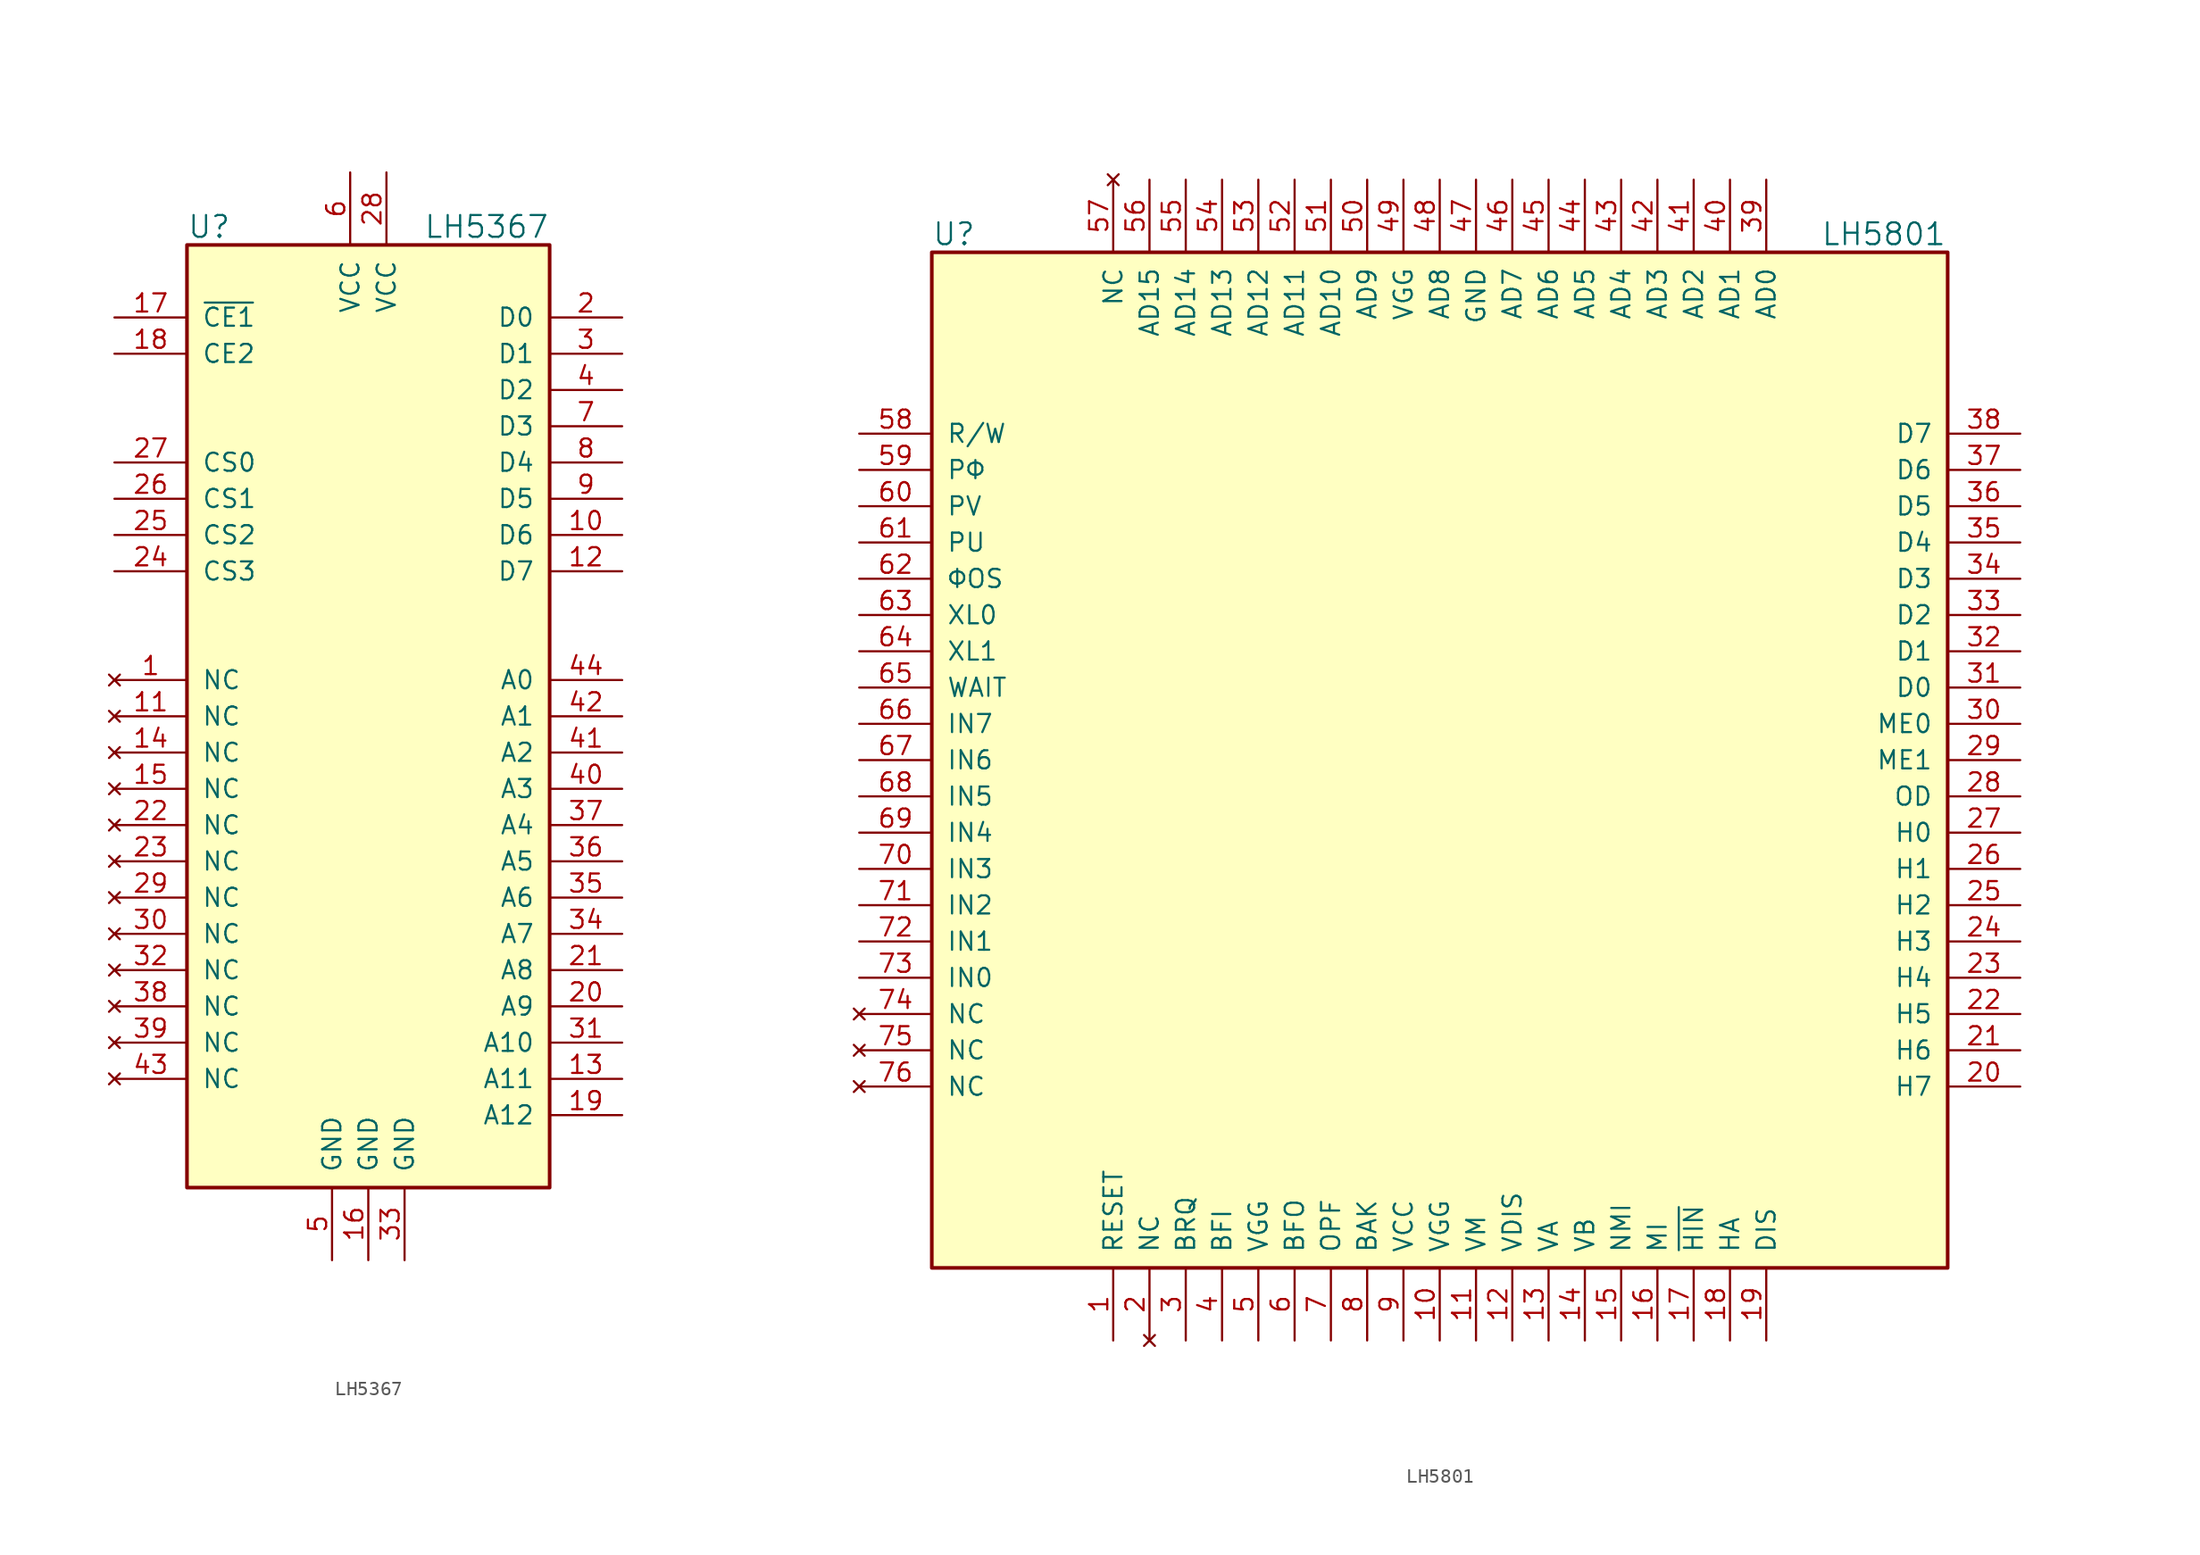
<source format=kicad_sym>
(kicad_symbol_lib
  (version 20211014)
  (generator kicad_symbol_editor)
  (symbol "LH5367"
    (pin_names
      (offset 1.016))
    (property "Reference" "U"
      (at -12.7 36.83 0)
      (effects (font (size 1.524 1.524)) (justify left)))
    (property "Value" "LH5367"
      (at 12.7 36.83 0)
      (effects (font (size 1.524 1.524)) (justify right)))
    (property "Footprint" ""
      (at -17.78 30.48 0)
      (effects (font (size 1.524 1.524))))
    (property "Datasheet" ""
      (at -17.78 30.48 0)
      (effects (font (size 1.524 1.524))))
    (symbol "LH5367_1_1"
      (rectangle (start -12.7 35.56) (end 12.7 -30.48) (stroke (width 0.254) (type default) (color 0 0 0 0)) (fill (type background)))
      (pin no_connect line (at -17.78 5.08 0) (length 5.08) (name "NC" (effects (font (size 1.27 1.27)))) (number "1" (effects (font (size 1.27 1.27)))))
      (pin output line (at 17.78 15.24 180) (length 5.08) (name "D6" (effects (font (size 1.27 1.27)))) (number "10" (effects (font (size 1.27 1.27)))))
      (pin no_connect line (at -17.78 2.54 0) (length 5.08) (name "NC" (effects (font (size 1.27 1.27)))) (number "11" (effects (font (size 1.27 1.27)))))
      (pin output line (at 17.78 12.7 180) (length 5.08) (name "D7" (effects (font (size 1.27 1.27)))) (number "12" (effects (font (size 1.27 1.27)))))
      (pin input line (at 17.78 -22.86 180) (length 5.08) (name "A11" (effects (font (size 1.27 1.27)))) (number "13" (effects (font (size 1.27 1.27)))))
      (pin no_connect line (at -17.78 0 0) (length 5.08) (name "NC" (effects (font (size 1.27 1.27)))) (number "14" (effects (font (size 1.27 1.27)))))
      (pin no_connect line (at -17.78 -2.54 0) (length 5.08) (name "NC" (effects (font (size 1.27 1.27)))) (number "15" (effects (font (size 1.27 1.27)))))
      (pin power_in line (at 0 -35.56 90) (length 5.08) (name "GND" (effects (font (size 1.27 1.27)))) (number "16" (effects (font (size 1.27 1.27)))))
      (pin input line (at -17.78 30.48 0) (length 5.08) (name "~{CE1}" (effects (font (size 1.27 1.27)))) (number "17" (effects (font (size 1.27 1.27)))))
      (pin input line (at -17.78 27.94 0) (length 5.08) (name "CE2" (effects (font (size 1.27 1.27)))) (number "18" (effects (font (size 1.27 1.27)))))
      (pin input line (at 17.78 -25.4 180) (length 5.08) (name "A12" (effects (font (size 1.27 1.27)))) (number "19" (effects (font (size 1.27 1.27)))))
      (pin output line (at 17.78 30.48 180) (length 5.08) (name "D0" (effects (font (size 1.27 1.27)))) (number "2" (effects (font (size 1.27 1.27)))))
      (pin input line (at 17.78 -17.78 180) (length 5.08) (name "A9" (effects (font (size 1.27 1.27)))) (number "20" (effects (font (size 1.27 1.27)))))
      (pin input line (at 17.78 -15.24 180) (length 5.08) (name "A8" (effects (font (size 1.27 1.27)))) (number "21" (effects (font (size 1.27 1.27)))))
      (pin no_connect line (at -17.78 -5.08 0) (length 5.08) (name "NC" (effects (font (size 1.27 1.27)))) (number "22" (effects (font (size 1.27 1.27)))))
      (pin no_connect line (at -17.78 -7.62 0) (length 5.08) (name "NC" (effects (font (size 1.27 1.27)))) (number "23" (effects (font (size 1.27 1.27)))))
      (pin input line (at -17.78 12.7 0) (length 5.08) (name "CS3" (effects (font (size 1.27 1.27)))) (number "24" (effects (font (size 1.27 1.27)))))
      (pin input line (at -17.78 15.24 0) (length 5.08) (name "CS2" (effects (font (size 1.27 1.27)))) (number "25" (effects (font (size 1.27 1.27)))))
      (pin input line (at -17.78 17.78 0) (length 5.08) (name "CS1" (effects (font (size 1.27 1.27)))) (number "26" (effects (font (size 1.27 1.27)))))
      (pin input line (at -17.78 20.32 0) (length 5.08) (name "CS0" (effects (font (size 1.27 1.27)))) (number "27" (effects (font (size 1.27 1.27)))))
      (pin power_in line (at 1.27 40.64 270) (length 5.08) (name "VCC" (effects (font (size 1.27 1.27)))) (number "28" (effects (font (size 1.27 1.27)))))
      (pin no_connect line (at -17.78 -10.16 0) (length 5.08) (name "NC" (effects (font (size 1.27 1.27)))) (number "29" (effects (font (size 1.27 1.27)))))
      (pin output line (at 17.78 27.94 180) (length 5.08) (name "D1" (effects (font (size 1.27 1.27)))) (number "3" (effects (font (size 1.27 1.27)))))
      (pin no_connect line (at -17.78 -12.7 0) (length 5.08) (name "NC" (effects (font (size 1.27 1.27)))) (number "30" (effects (font (size 1.27 1.27)))))
      (pin input line (at 17.78 -20.32 180) (length 5.08) (name "A10" (effects (font (size 1.27 1.27)))) (number "31" (effects (font (size 1.27 1.27)))))
      (pin no_connect line (at -17.78 -15.24 0) (length 5.08) (name "NC" (effects (font (size 1.27 1.27)))) (number "32" (effects (font (size 1.27 1.27)))))
      (pin power_in line (at 2.54 -35.56 90) (length 5.08) (name "GND" (effects (font (size 1.27 1.27)))) (number "33" (effects (font (size 1.27 1.27)))))
      (pin input line (at 17.78 -12.7 180) (length 5.08) (name "A7" (effects (font (size 1.27 1.27)))) (number "34" (effects (font (size 1.27 1.27)))))
      (pin input line (at 17.78 -10.16 180) (length 5.08) (name "A6" (effects (font (size 1.27 1.27)))) (number "35" (effects (font (size 1.27 1.27)))))
      (pin input line (at 17.78 -7.62 180) (length 5.08) (name "A5" (effects (font (size 1.27 1.27)))) (number "36" (effects (font (size 1.27 1.27)))))
      (pin input line (at 17.78 -5.08 180) (length 5.08) (name "A4" (effects (font (size 1.27 1.27)))) (number "37" (effects (font (size 1.27 1.27)))))
      (pin no_connect line (at -17.78 -17.78 0) (length 5.08) (name "NC" (effects (font (size 1.27 1.27)))) (number "38" (effects (font (size 1.27 1.27)))))
      (pin no_connect line (at -17.78 -20.32 0) (length 5.08) (name "NC" (effects (font (size 1.27 1.27)))) (number "39" (effects (font (size 1.27 1.27)))))
      (pin output line (at 17.78 25.4 180) (length 5.08) (name "D2" (effects (font (size 1.27 1.27)))) (number "4" (effects (font (size 1.27 1.27)))))
      (pin input line (at 17.78 -2.54 180) (length 5.08) (name "A3" (effects (font (size 1.27 1.27)))) (number "40" (effects (font (size 1.27 1.27)))))
      (pin input line (at 17.78 0 180) (length 5.08) (name "A2" (effects (font (size 1.27 1.27)))) (number "41" (effects (font (size 1.27 1.27)))))
      (pin input line (at 17.78 2.54 180) (length 5.08) (name "A1" (effects (font (size 1.27 1.27)))) (number "42" (effects (font (size 1.27 1.27)))))
      (pin no_connect line (at -17.78 -22.86 0) (length 5.08) (name "NC" (effects (font (size 1.27 1.27)))) (number "43" (effects (font (size 1.27 1.27)))))
      (pin input line (at 17.78 5.08 180) (length 5.08) (name "A0" (effects (font (size 1.27 1.27)))) (number "44" (effects (font (size 1.27 1.27)))))
      (pin power_in line (at -2.54 -35.56 90) (length 5.08) (name "GND" (effects (font (size 1.27 1.27)))) (number "5" (effects (font (size 1.27 1.27)))))
      (pin power_in line (at -1.27 40.64 270) (length 5.08) (name "VCC" (effects (font (size 1.27 1.27)))) (number "6" (effects (font (size 1.27 1.27)))))
      (pin output line (at 17.78 22.86 180) (length 5.08) (name "D3" (effects (font (size 1.27 1.27)))) (number "7" (effects (font (size 1.27 1.27)))))
      (pin output line (at 17.78 20.32 180) (length 5.08) (name "D4" (effects (font (size 1.27 1.27)))) (number "8" (effects (font (size 1.27 1.27)))))
      (pin output line (at 17.78 17.78 180) (length 5.08) (name "D5" (effects (font (size 1.27 1.27)))) (number "9" (effects (font (size 1.27 1.27)))))))
  (symbol "LH5801"
    (pin_names
      (offset 1.016))
    (property "Reference" "U"
      (at -35.56 36.83 0)
      (effects (font (size 1.524 1.524)) (justify left)))
    (property "Value" "LH5801"
      (at 26.67 36.83 0)
      (effects (font (size 1.524 1.524)) (justify left)))
    (symbol "LH5801_1_1"
      (rectangle (start -35.56 35.56) (end 35.56 -35.56) (stroke (width 0.254) (type default) (color 0 0 0 0)) (fill (type background)))
      (pin input line (at -22.86 -40.64 90) (length 5.08) (name "RESET" (effects (font (size 1.27 1.27)))) (number "1" (effects (font (size 1.27 1.27)))))
      (pin power_in line (at 0 -40.64 90) (length 5.08) (name "VGG" (effects (font (size 1.27 1.27)))) (number "10" (effects (font (size 1.27 1.27)))))
      (pin power_in line (at 2.54 -40.64 90) (length 5.08) (name "VM" (effects (font (size 1.27 1.27)))) (number "11" (effects (font (size 1.27 1.27)))))
      (pin power_in line (at 5.08 -40.64 90) (length 5.08) (name "VDIS" (effects (font (size 1.27 1.27)))) (number "12" (effects (font (size 1.27 1.27)))))
      (pin power_in line (at 7.62 -40.64 90) (length 5.08) (name "VA" (effects (font (size 1.27 1.27)))) (number "13" (effects (font (size 1.27 1.27)))))
      (pin power_in line (at 10.16 -40.64 90) (length 5.08) (name "VB" (effects (font (size 1.27 1.27)))) (number "14" (effects (font (size 1.27 1.27)))))
      (pin input line (at 12.7 -40.64 90) (length 5.08) (name "NMI" (effects (font (size 1.27 1.27)))) (number "15" (effects (font (size 1.27 1.27)))))
      (pin input line (at 15.24 -40.64 90) (length 5.08) (name "MI" (effects (font (size 1.27 1.27)))) (number "16" (effects (font (size 1.27 1.27)))))
      (pin input line (at 17.78 -40.64 90) (length 5.08) (name "~{HIN}" (effects (font (size 1.27 1.27)))) (number "17" (effects (font (size 1.27 1.27)))))
      (pin output line (at 20.32 -40.64 90) (length 5.08) (name "HA" (effects (font (size 1.27 1.27)))) (number "18" (effects (font (size 1.27 1.27)))))
      (pin output line (at 22.86 -40.64 90) (length 5.08) (name "DIS" (effects (font (size 1.27 1.27)))) (number "19" (effects (font (size 1.27 1.27)))))
      (pin no_connect line (at -20.32 -40.64 90) (length 5.08) (name "NC" (effects (font (size 1.27 1.27)))) (number "2" (effects (font (size 1.27 1.27)))))
      (pin output line (at 40.64 -22.86 180) (length 5.08) (name "H7" (effects (font (size 1.27 1.27)))) (number "20" (effects (font (size 1.27 1.27)))))
      (pin output line (at 40.64 -20.32 180) (length 5.08) (name "H6" (effects (font (size 1.27 1.27)))) (number "21" (effects (font (size 1.27 1.27)))))
      (pin output line (at 40.64 -17.78 180) (length 5.08) (name "H5" (effects (font (size 1.27 1.27)))) (number "22" (effects (font (size 1.27 1.27)))))
      (pin output line (at 40.64 -15.24 180) (length 5.08) (name "H4" (effects (font (size 1.27 1.27)))) (number "23" (effects (font (size 1.27 1.27)))))
      (pin output line (at 40.64 -12.7 180) (length 5.08) (name "H3" (effects (font (size 1.27 1.27)))) (number "24" (effects (font (size 1.27 1.27)))))
      (pin output line (at 40.64 -10.16 180) (length 5.08) (name "H2" (effects (font (size 1.27 1.27)))) (number "25" (effects (font (size 1.27 1.27)))))
      (pin output line (at 40.64 -7.62 180) (length 5.08) (name "H1" (effects (font (size 1.27 1.27)))) (number "26" (effects (font (size 1.27 1.27)))))
      (pin output line (at 40.64 -5.08 180) (length 5.08) (name "H0" (effects (font (size 1.27 1.27)))) (number "27" (effects (font (size 1.27 1.27)))))
      (pin input line (at 40.64 -2.54 180) (length 5.08) (name "OD" (effects (font (size 1.27 1.27)))) (number "28" (effects (font (size 1.27 1.27)))))
      (pin output line (at 40.64 0 180) (length 5.08) (name "ME1" (effects (font (size 1.27 1.27)))) (number "29" (effects (font (size 1.27 1.27)))))
      (pin input line (at -17.78 -40.64 90) (length 5.08) (name "BRQ" (effects (font (size 1.27 1.27)))) (number "3" (effects (font (size 1.27 1.27)))))
      (pin output line (at 40.64 2.54 180) (length 5.08) (name "ME0" (effects (font (size 1.27 1.27)))) (number "30" (effects (font (size 1.27 1.27)))))
      (pin bidirectional line (at 40.64 5.08 180) (length 5.08) (name "D0" (effects (font (size 1.27 1.27)))) (number "31" (effects (font (size 1.27 1.27)))))
      (pin bidirectional line (at 40.64 7.62 180) (length 5.08) (name "D1" (effects (font (size 1.27 1.27)))) (number "32" (effects (font (size 1.27 1.27)))))
      (pin bidirectional line (at 40.64 10.16 180) (length 5.08) (name "D2" (effects (font (size 1.27 1.27)))) (number "33" (effects (font (size 1.27 1.27)))))
      (pin bidirectional line (at 40.64 12.7 180) (length 5.08) (name "D3" (effects (font (size 1.27 1.27)))) (number "34" (effects (font (size 1.27 1.27)))))
      (pin bidirectional line (at 40.64 15.24 180) (length 5.08) (name "D4" (effects (font (size 1.27 1.27)))) (number "35" (effects (font (size 1.27 1.27)))))
      (pin bidirectional line (at 40.64 17.78 180) (length 5.08) (name "D5" (effects (font (size 1.27 1.27)))) (number "36" (effects (font (size 1.27 1.27)))))
      (pin bidirectional line (at 40.64 20.32 180) (length 5.08) (name "D6" (effects (font (size 1.27 1.27)))) (number "37" (effects (font (size 1.27 1.27)))))
      (pin bidirectional line (at 40.64 22.86 180) (length 5.08) (name "D7" (effects (font (size 1.27 1.27)))) (number "38" (effects (font (size 1.27 1.27)))))
      (pin tri_state line (at 22.86 40.64 270) (length 5.08) (name "AD0" (effects (font (size 1.27 1.27)))) (number "39" (effects (font (size 1.27 1.27)))))
      (pin input line (at -15.24 -40.64 90) (length 5.08) (name "BFI" (effects (font (size 1.27 1.27)))) (number "4" (effects (font (size 1.27 1.27)))))
      (pin tri_state line (at 20.32 40.64 270) (length 5.08) (name "AD1" (effects (font (size 1.27 1.27)))) (number "40" (effects (font (size 1.27 1.27)))))
      (pin tri_state line (at 17.78 40.64 270) (length 5.08) (name "AD2" (effects (font (size 1.27 1.27)))) (number "41" (effects (font (size 1.27 1.27)))))
      (pin tri_state line (at 15.24 40.64 270) (length 5.08) (name "AD3" (effects (font (size 1.27 1.27)))) (number "42" (effects (font (size 1.27 1.27)))))
      (pin tri_state line (at 12.7 40.64 270) (length 5.08) (name "AD4" (effects (font (size 1.27 1.27)))) (number "43" (effects (font (size 1.27 1.27)))))
      (pin tri_state line (at 10.16 40.64 270) (length 5.08) (name "AD5" (effects (font (size 1.27 1.27)))) (number "44" (effects (font (size 1.27 1.27)))))
      (pin tri_state line (at 7.62 40.64 270) (length 5.08) (name "AD6" (effects (font (size 1.27 1.27)))) (number "45" (effects (font (size 1.27 1.27)))))
      (pin tri_state line (at 5.08 40.64 270) (length 5.08) (name "AD7" (effects (font (size 1.27 1.27)))) (number "46" (effects (font (size 1.27 1.27)))))
      (pin power_in line (at 2.54 40.64 270) (length 5.08) (name "GND" (effects (font (size 1.27 1.27)))) (number "47" (effects (font (size 1.27 1.27)))))
      (pin tri_state line (at 0 40.64 270) (length 5.08) (name "AD8" (effects (font (size 1.27 1.27)))) (number "48" (effects (font (size 1.27 1.27)))))
      (pin power_in line (at -2.54 40.64 270) (length 5.08) (name "VGG" (effects (font (size 1.27 1.27)))) (number "49" (effects (font (size 1.27 1.27)))))
      (pin power_in line (at -12.7 -40.64 90) (length 5.08) (name "VGG" (effects (font (size 1.27 1.27)))) (number "5" (effects (font (size 1.27 1.27)))))
      (pin tri_state line (at -5.08 40.64 270) (length 5.08) (name "AD9" (effects (font (size 1.27 1.27)))) (number "50" (effects (font (size 1.27 1.27)))))
      (pin tri_state line (at -7.62 40.64 270) (length 5.08) (name "AD10" (effects (font (size 1.27 1.27)))) (number "51" (effects (font (size 1.27 1.27)))))
      (pin tri_state line (at -10.16 40.64 270) (length 5.08) (name "AD11" (effects (font (size 1.27 1.27)))) (number "52" (effects (font (size 1.27 1.27)))))
      (pin tri_state line (at -12.7 40.64 270) (length 5.08) (name "AD12" (effects (font (size 1.27 1.27)))) (number "53" (effects (font (size 1.27 1.27)))))
      (pin tri_state line (at -15.24 40.64 270) (length 5.08) (name "AD13" (effects (font (size 1.27 1.27)))) (number "54" (effects (font (size 1.27 1.27)))))
      (pin tri_state line (at -17.78 40.64 270) (length 5.08) (name "AD14" (effects (font (size 1.27 1.27)))) (number "55" (effects (font (size 1.27 1.27)))))
      (pin tri_state line (at -20.32 40.64 270) (length 5.08) (name "AD15" (effects (font (size 1.27 1.27)))) (number "56" (effects (font (size 1.27 1.27)))))
      (pin no_connect line (at -22.86 40.64 270) (length 5.08) (name "NC" (effects (font (size 1.27 1.27)))) (number "57" (effects (font (size 1.27 1.27)))))
      (pin input line (at -40.64 22.86 0) (length 5.08) (name "R/W" (effects (font (size 1.27 1.27)))) (number "58" (effects (font (size 1.27 1.27)))))
      (pin output line (at -40.64 20.32 0) (length 5.08) (name "PΦ" (effects (font (size 1.27 1.27)))) (number "59" (effects (font (size 1.27 1.27)))))
      (pin output line (at -10.16 -40.64 90) (length 5.08) (name "BFO" (effects (font (size 1.27 1.27)))) (number "6" (effects (font (size 1.27 1.27)))))
      (pin output line (at -40.64 17.78 0) (length 5.08) (name "PV" (effects (font (size 1.27 1.27)))) (number "60" (effects (font (size 1.27 1.27)))))
      (pin output line (at -40.64 15.24 0) (length 5.08) (name "PU" (effects (font (size 1.27 1.27)))) (number "61" (effects (font (size 1.27 1.27)))))
      (pin output line (at -40.64 12.7 0) (length 5.08) (name "ΦOS" (effects (font (size 1.27 1.27)))) (number "62" (effects (font (size 1.27 1.27)))))
      (pin bidirectional line (at -40.64 10.16 0) (length 5.08) (name "XL0" (effects (font (size 1.27 1.27)))) (number "63" (effects (font (size 1.27 1.27)))))
      (pin bidirectional line (at -40.64 7.62 0) (length 5.08) (name "XL1" (effects (font (size 1.27 1.27)))) (number "64" (effects (font (size 1.27 1.27)))))
      (pin input line (at -40.64 5.08 0) (length 5.08) (name "WAIT" (effects (font (size 1.27 1.27)))) (number "65" (effects (font (size 1.27 1.27)))))
      (pin input line (at -40.64 2.54 0) (length 5.08) (name "IN7" (effects (font (size 1.27 1.27)))) (number "66" (effects (font (size 1.27 1.27)))))
      (pin input line (at -40.64 0 0) (length 5.08) (name "IN6" (effects (font (size 1.27 1.27)))) (number "67" (effects (font (size 1.27 1.27)))))
      (pin input line (at -40.64 -2.54 0) (length 5.08) (name "IN5" (effects (font (size 1.27 1.27)))) (number "68" (effects (font (size 1.27 1.27)))))
      (pin input line (at -40.64 -5.08 0) (length 5.08) (name "IN4" (effects (font (size 1.27 1.27)))) (number "69" (effects (font (size 1.27 1.27)))))
      (pin output line (at -7.62 -40.64 90) (length 5.08) (name "OPF" (effects (font (size 1.27 1.27)))) (number "7" (effects (font (size 1.27 1.27)))))
      (pin input line (at -40.64 -7.62 0) (length 5.08) (name "IN3" (effects (font (size 1.27 1.27)))) (number "70" (effects (font (size 1.27 1.27)))))
      (pin input line (at -40.64 -10.16 0) (length 5.08) (name "IN2" (effects (font (size 1.27 1.27)))) (number "71" (effects (font (size 1.27 1.27)))))
      (pin input line (at -40.64 -12.7 0) (length 5.08) (name "IN1" (effects (font (size 1.27 1.27)))) (number "72" (effects (font (size 1.27 1.27)))))
      (pin input line (at -40.64 -15.24 0) (length 5.08) (name "IN0" (effects (font (size 1.27 1.27)))) (number "73" (effects (font (size 1.27 1.27)))))
      (pin no_connect line (at -40.64 -17.78 0) (length 5.08) (name "NC" (effects (font (size 1.27 1.27)))) (number "74" (effects (font (size 1.27 1.27)))))
      (pin no_connect line (at -40.64 -20.32 0) (length 5.08) (name "NC" (effects (font (size 1.27 1.27)))) (number "75" (effects (font (size 1.27 1.27)))))
      (pin no_connect line (at -40.64 -22.86 0) (length 5.08) (name "NC" (effects (font (size 1.27 1.27)))) (number "76" (effects (font (size 1.27 1.27)))))
      (pin output line (at -5.08 -40.64 90) (length 5.08) (name "BAK" (effects (font (size 1.27 1.27)))) (number "8" (effects (font (size 1.27 1.27)))))
      (pin power_in line (at -2.54 -40.64 90) (length 5.08) (name "VCC" (effects (font (size 1.27 1.27)))) (number "9" (effects (font (size 1.27 1.27))))))))
</source>
